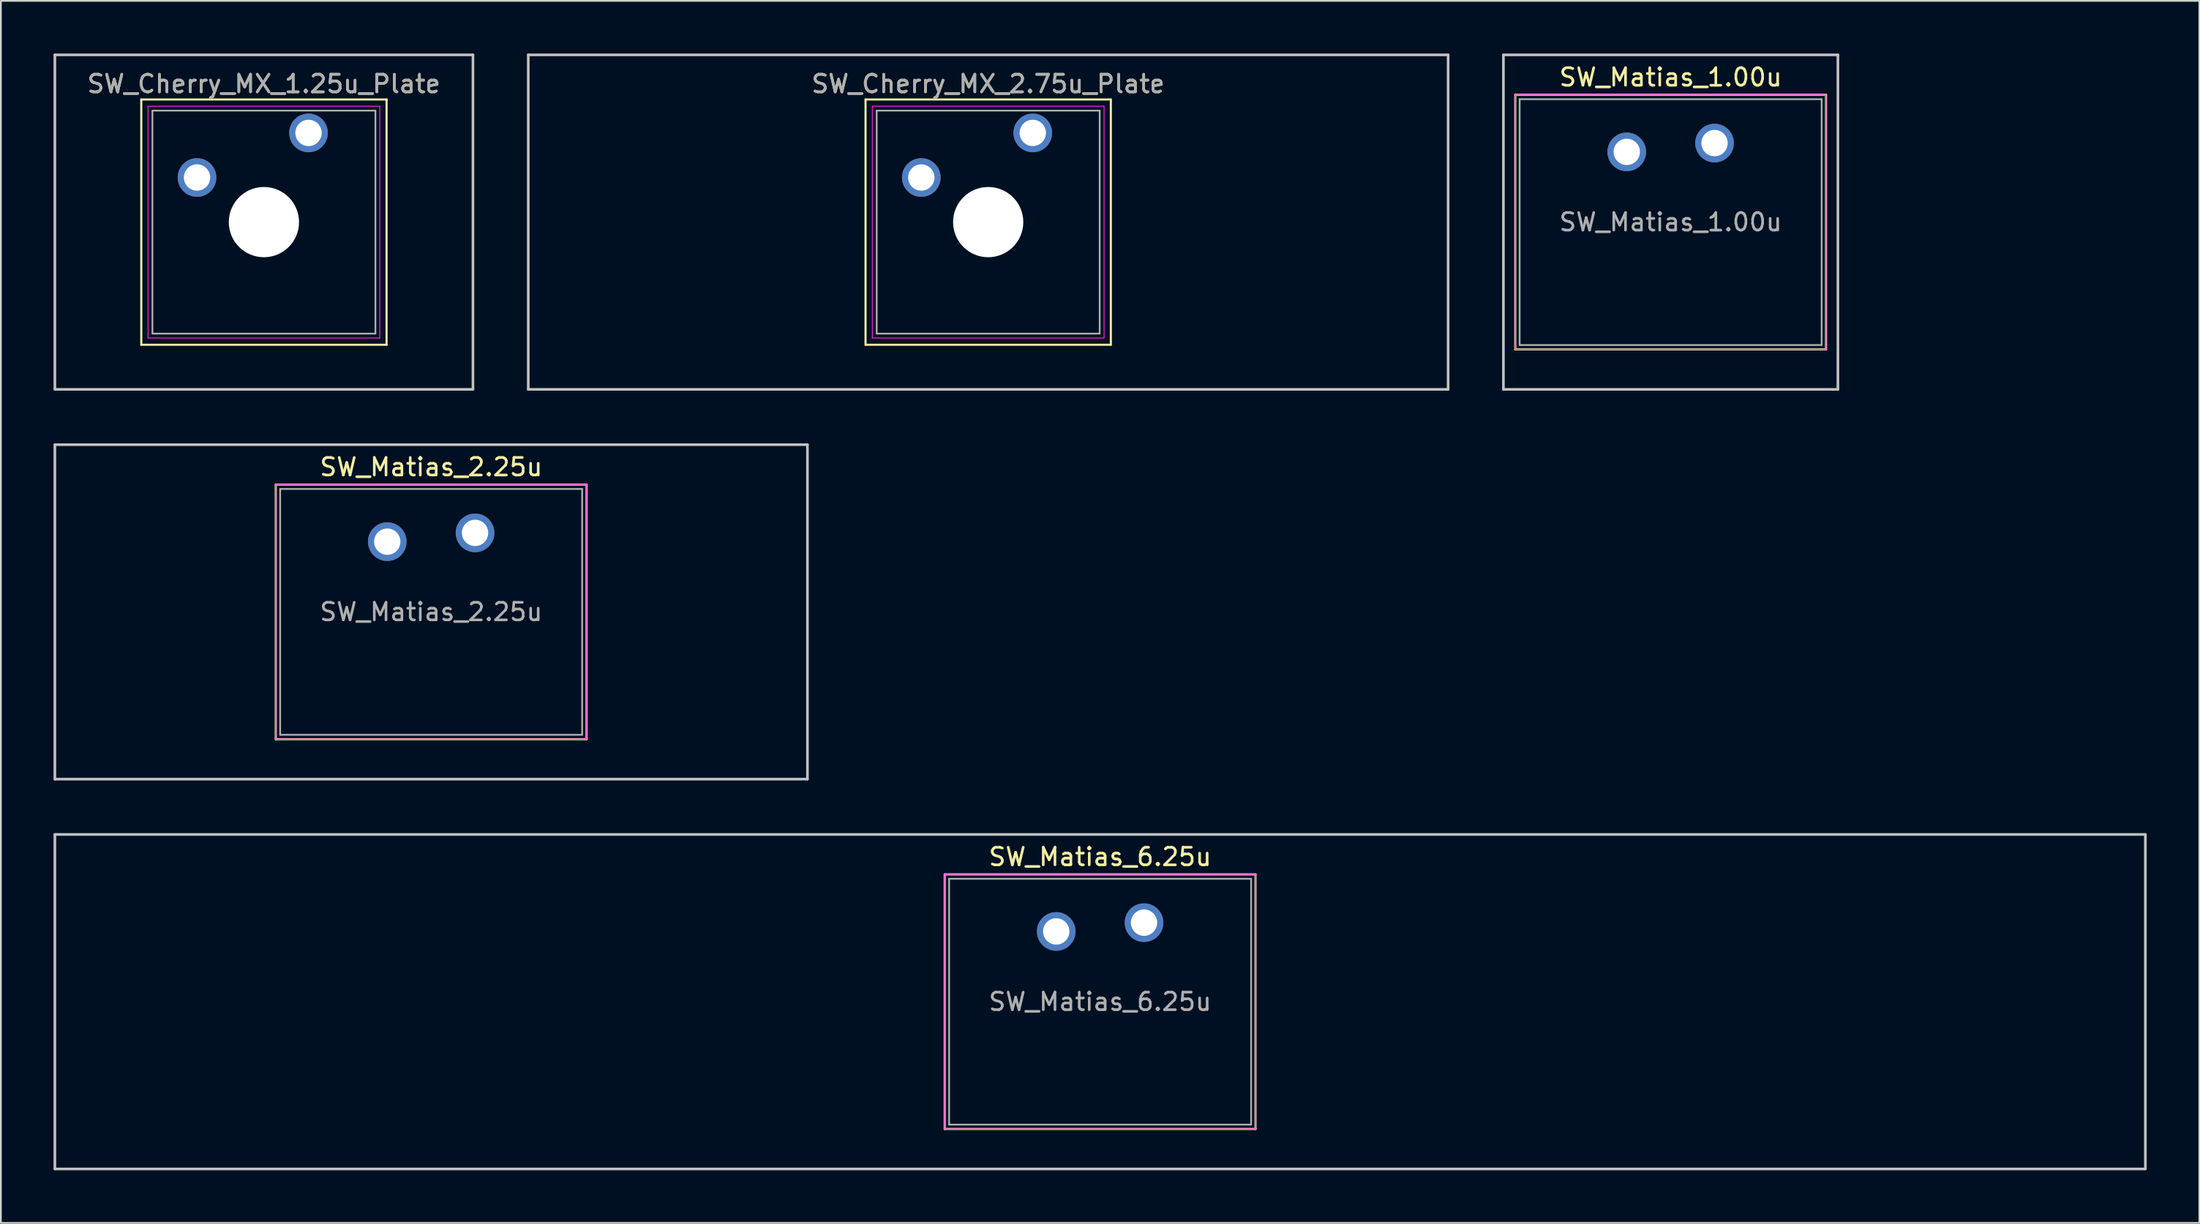
<source format=kicad_pcb>
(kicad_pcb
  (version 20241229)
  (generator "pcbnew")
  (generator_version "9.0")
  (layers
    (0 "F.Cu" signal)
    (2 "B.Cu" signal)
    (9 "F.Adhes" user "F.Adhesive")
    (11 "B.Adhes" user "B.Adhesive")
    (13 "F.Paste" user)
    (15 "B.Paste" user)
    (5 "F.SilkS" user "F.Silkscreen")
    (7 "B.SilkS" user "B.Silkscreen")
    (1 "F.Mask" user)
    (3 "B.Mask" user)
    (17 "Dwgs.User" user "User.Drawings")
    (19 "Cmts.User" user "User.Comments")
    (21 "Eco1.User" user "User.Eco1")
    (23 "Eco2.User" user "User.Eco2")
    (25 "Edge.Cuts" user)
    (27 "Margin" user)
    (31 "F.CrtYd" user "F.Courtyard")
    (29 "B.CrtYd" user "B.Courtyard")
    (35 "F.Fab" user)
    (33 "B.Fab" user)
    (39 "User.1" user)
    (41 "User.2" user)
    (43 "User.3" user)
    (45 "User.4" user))
  (footprint "SW_Cherry_MX_2.75u_Plate"
    (layer "F.Cu")
    (at 55.771 4.52)
    (property "Reference" "SW_Cherry_MX_2.75u_Plate" (at -2.54 -2.794 0) (layer "F.SilkS") (effects (font (size 1 1) (thickness 0.15))))
    (attr through_hole)
    (fp_line (start -9.525 -1.905) (end 4.445 -1.905) (stroke (width 0.12) (type solid)) (layer "F.SilkS"))
    (fp_line (start -9.525 12.065) (end -9.525 -1.905) (stroke (width 0.12) (type solid)) (layer "F.SilkS"))
    (fp_line (start 4.445 -1.905) (end 4.445 12.065) (stroke (width 0.12) (type solid)) (layer "F.SilkS"))
    (fp_line (start 4.445 12.065) (end -9.525 12.065) (stroke (width 0.12) (type solid)) (layer "F.SilkS"))
    (fp_line (start -28.734 -4.445) (end 23.654 -4.445) (stroke (width 0.15) (type solid)) (layer "Dwgs.User"))
    (fp_line (start -28.734 14.605) (end -28.734 -4.445) (stroke (width 0.15) (type solid)) (layer "Dwgs.User"))
    (fp_line (start 23.654 -4.445) (end 23.654 14.605) (stroke (width 0.15) (type solid)) (layer "Dwgs.User"))
    (fp_line (start 23.654 14.605) (end -28.734 14.605) (stroke (width 0.15) (type solid)) (layer "Dwgs.User"))
    (fp_line (start -9.14 -1.52) (end 4.06 -1.52) (stroke (width 0.05) (type solid)) (layer "F.CrtYd"))
    (fp_line (start -9.14 11.68) (end -9.14 -1.52) (stroke (width 0.05) (type solid)) (layer "F.CrtYd"))
    (fp_line (start 4.06 -1.52) (end 4.06 11.68) (stroke (width 0.05) (type solid)) (layer "F.CrtYd"))
    (fp_line (start 4.06 11.68) (end -9.14 11.68) (stroke (width 0.05) (type solid)) (layer "F.CrtYd"))
    (fp_line (start -8.89 -1.27) (end 3.81 -1.27) (stroke (width 0.1) (type solid)) (layer "F.Fab"))
    (fp_line (start -8.89 11.43) (end -8.89 -1.27) (stroke (width 0.1) (type solid)) (layer "F.Fab"))
    (fp_line (start 3.81 -1.27) (end 3.81 11.43) (stroke (width 0.1) (type solid)) (layer "F.Fab"))
    (fp_line (start 3.81 11.43) (end -8.89 11.43) (stroke (width 0.1) (type solid)) (layer "F.Fab"))
    (fp_text user "${REFERENCE}" (at -2.54 -2.794 0) (layer "F.Fab") (effects (font (size 1 1) (thickness 0.15))))
    (pad "" np_thru_hole circle (at -2.54 5.08) (size 4 4) (drill 4) (layers "*.Cu" "*.Mask"))
    (pad "1" thru_hole circle (at 0 0) (size 2.2 2.2) (drill 1.5) (layers "*.Cu" "*.Mask"))
    (pad "2" thru_hole circle (at -6.35 2.54) (size 2.2 2.2) (drill 1.5) (layers "*.Cu" "*.Mask")))
  (footprint "SW_Matias_2.25u"
    (layer "F.Cu")
    (at 24.006 27.3)
    (property "Reference" "SW_Matias_2.25u" (at -2.5 -3.75 0) (layer "F.SilkS") (effects (font (size 1 1) (thickness 0.15))))
    (attr through_hole)
    (fp_line (start -11.35 -2.75) (end 6.35 -2.75) (stroke (width 0.12) (type solid)) (layer "F.SilkS"))
    (fp_line (start -11.35 11.75) (end -11.35 -2.75) (stroke (width 0.12) (type solid)) (layer "F.SilkS"))
    (fp_line (start 6.35 -2.75) (end 6.35 11.75) (stroke (width 0.12) (type solid)) (layer "F.SilkS"))
    (fp_line (start 6.35 11.75) (end -11.35 11.75) (stroke (width 0.12) (type solid)) (layer "F.SilkS"))
    (fp_line (start -23.931 -5.025) (end 18.931 -5.025) (stroke (width 0.15) (type solid)) (layer "Dwgs.User"))
    (fp_line (start -23.931 14.025) (end -23.931 -5.025) (stroke (width 0.15) (type solid)) (layer "Dwgs.User"))
    (fp_line (start 18.931 -5.025) (end 18.931 14.025) (stroke (width 0.15) (type solid)) (layer "Dwgs.User"))
    (fp_line (start 18.931 14.025) (end -23.931 14.025) (stroke (width 0.15) (type solid)) (layer "Dwgs.User"))
    (fp_line (start -11.35 -2.75) (end -11.35 11.75) (stroke (width 0.05) (type solid)) (layer "F.CrtYd"))
    (fp_line (start -11.35 -2.75) (end 6.35 -2.75) (stroke (width 0.05) (type solid)) (layer "F.CrtYd"))
    (fp_line (start -11.35 11.75) (end 6.35 11.75) (stroke (width 0.05) (type solid)) (layer "F.CrtYd"))
    (fp_line (start 6.35 11.75) (end 6.35 -2.75) (stroke (width 0.05) (type solid)) (layer "F.CrtYd"))
    (fp_line (start -11.1 -2.5) (end 6.1 -2.5) (stroke (width 0.1) (type solid)) (layer "F.Fab"))
    (fp_line (start -11.1 11.5) (end -11.1 -2.5) (stroke (width 0.1) (type solid)) (layer "F.Fab"))
    (fp_line (start 6.1 -2.5) (end 6.1 11.5) (stroke (width 0.1) (type solid)) (layer "F.Fab"))
    (fp_line (start 6.1 11.5) (end -11.1 11.5) (stroke (width 0.1) (type solid)) (layer "F.Fab"))
    (fp_text user "${REFERENCE}" (at -2.5 4.5 0) (layer "F.Fab") (effects (font (size 1 1) (thickness 0.15))))
    (pad "1" thru_hole circle (at 0 0) (size 2.2 2.2) (drill 1.5) (layers "*.Cu" "*.Mask"))
    (pad "2" thru_hole circle (at -5 0.5) (size 2.2 2.2) (drill 1.5) (layers "*.Cu" "*.Mask")))
  (footprint "SW_Matias_1.00u"
    (layer "F.Cu")
    (at 94.6 5.1)
    (property "Reference" "SW_Matias_1.00u" (at -2.5 -3.75 0) (layer "F.SilkS") (effects (font (size 1 1) (thickness 0.15))))
    (attr through_hole)
    (fp_line (start -11.35 -2.75) (end 6.35 -2.75) (stroke (width 0.12) (type solid)) (layer "F.SilkS"))
    (fp_line (start -11.35 11.75) (end -11.35 -2.75) (stroke (width 0.12) (type solid)) (layer "F.SilkS"))
    (fp_line (start 6.35 -2.75) (end 6.35 11.75) (stroke (width 0.12) (type solid)) (layer "F.SilkS"))
    (fp_line (start 6.35 11.75) (end -11.35 11.75) (stroke (width 0.12) (type solid)) (layer "F.SilkS"))
    (fp_line (start -12.025 -5.025) (end 7.025 -5.025) (stroke (width 0.15) (type solid)) (layer "Dwgs.User"))
    (fp_line (start -12.025 14.025) (end -12.025 -5.025) (stroke (width 0.15) (type solid)) (layer "Dwgs.User"))
    (fp_line (start 7.025 -5.025) (end 7.025 14.025) (stroke (width 0.15) (type solid)) (layer "Dwgs.User"))
    (fp_line (start 7.025 14.025) (end -12.025 14.025) (stroke (width 0.15) (type solid)) (layer "Dwgs.User"))
    (fp_line (start -11.35 -2.75) (end -11.35 11.75) (stroke (width 0.05) (type solid)) (layer "F.CrtYd"))
    (fp_line (start -11.35 -2.75) (end 6.35 -2.75) (stroke (width 0.05) (type solid)) (layer "F.CrtYd"))
    (fp_line (start -11.35 11.75) (end 6.35 11.75) (stroke (width 0.05) (type solid)) (layer "F.CrtYd"))
    (fp_line (start 6.35 11.75) (end 6.35 -2.75) (stroke (width 0.05) (type solid)) (layer "F.CrtYd"))
    (fp_line (start -11.1 -2.5) (end 6.1 -2.5) (stroke (width 0.1) (type solid)) (layer "F.Fab"))
    (fp_line (start -11.1 11.5) (end -11.1 -2.5) (stroke (width 0.1) (type solid)) (layer "F.Fab"))
    (fp_line (start 6.1 -2.5) (end 6.1 11.5) (stroke (width 0.1) (type solid)) (layer "F.Fab"))
    (fp_line (start 6.1 11.5) (end -11.1 11.5) (stroke (width 0.1) (type solid)) (layer "F.Fab"))
    (fp_text user "${REFERENCE}" (at -2.5 4.5 0) (layer "F.Fab") (effects (font (size 1 1) (thickness 0.15))))
    (pad "1" thru_hole circle (at 0 0) (size 2.2 2.2) (drill 1.5) (layers "*.Cu" "*.Mask"))
    (pad "2" thru_hole circle (at -5 0.5) (size 2.2 2.2) (drill 1.5) (layers "*.Cu" "*.Mask")))
  (footprint "SW_Cherry_MX_1.25u_Plate"
    (layer "F.Cu")
    (at 14.521 4.52)
    (property "Reference" "SW_Cherry_MX_1.25u_Plate" (at -2.54 -2.794 0) (layer "F.SilkS") (effects (font (size 1 1) (thickness 0.15))))
    (attr through_hole)
    (fp_line (start -9.525 -1.905) (end 4.445 -1.905) (stroke (width 0.12) (type solid)) (layer "F.SilkS"))
    (fp_line (start -9.525 12.065) (end -9.525 -1.905) (stroke (width 0.12) (type solid)) (layer "F.SilkS"))
    (fp_line (start 4.445 -1.905) (end 4.445 12.065) (stroke (width 0.12) (type solid)) (layer "F.SilkS"))
    (fp_line (start 4.445 12.065) (end -9.525 12.065) (stroke (width 0.12) (type solid)) (layer "F.SilkS"))
    (fp_line (start -14.446 -4.445) (end 9.366 -4.445) (stroke (width 0.15) (type solid)) (layer "Dwgs.User"))
    (fp_line (start -14.446 14.605) (end -14.446 -4.445) (stroke (width 0.15) (type solid)) (layer "Dwgs.User"))
    (fp_line (start 9.366 -4.445) (end 9.366 14.605) (stroke (width 0.15) (type solid)) (layer "Dwgs.User"))
    (fp_line (start 9.366 14.605) (end -14.446 14.605) (stroke (width 0.15) (type solid)) (layer "Dwgs.User"))
    (fp_line (start -9.14 -1.52) (end 4.06 -1.52) (stroke (width 0.05) (type solid)) (layer "F.CrtYd"))
    (fp_line (start -9.14 11.68) (end -9.14 -1.52) (stroke (width 0.05) (type solid)) (layer "F.CrtYd"))
    (fp_line (start 4.06 -1.52) (end 4.06 11.68) (stroke (width 0.05) (type solid)) (layer "F.CrtYd"))
    (fp_line (start 4.06 11.68) (end -9.14 11.68) (stroke (width 0.05) (type solid)) (layer "F.CrtYd"))
    (fp_line (start -8.89 -1.27) (end 3.81 -1.27) (stroke (width 0.1) (type solid)) (layer "F.Fab"))
    (fp_line (start -8.89 11.43) (end -8.89 -1.27) (stroke (width 0.1) (type solid)) (layer "F.Fab"))
    (fp_line (start 3.81 -1.27) (end 3.81 11.43) (stroke (width 0.1) (type solid)) (layer "F.Fab"))
    (fp_line (start 3.81 11.43) (end -8.89 11.43) (stroke (width 0.1) (type solid)) (layer "F.Fab"))
    (fp_text user "${REFERENCE}" (at -2.54 -2.794 0) (layer "F.Fab") (effects (font (size 1 1) (thickness 0.15))))
    (pad "" np_thru_hole circle (at -2.54 5.08) (size 4 4) (drill 4) (layers "*.Cu" "*.Mask"))
    (pad "1" thru_hole circle (at 0 0) (size 2.2 2.2) (drill 1.5) (layers "*.Cu" "*.Mask"))
    (pad "2" thru_hole circle (at -6.35 2.54) (size 2.2 2.2) (drill 1.5) (layers "*.Cu" "*.Mask")))
  (footprint "SW_Matias_6.25u"
    (layer "F.Cu")
    (at 62.106 49.5)
    (property "Reference" "SW_Matias_6.25u" (at -2.5 -3.75 0) (layer "F.SilkS") (effects (font (size 1 1) (thickness 0.15))))
    (attr through_hole)
    (fp_line (start -11.35 -2.75) (end 6.35 -2.75) (stroke (width 0.12) (type solid)) (layer "F.SilkS"))
    (fp_line (start -11.35 11.75) (end -11.35 -2.75) (stroke (width 0.12) (type solid)) (layer "F.SilkS"))
    (fp_line (start 6.35 -2.75) (end 6.35 11.75) (stroke (width 0.12) (type solid)) (layer "F.SilkS"))
    (fp_line (start 6.35 11.75) (end -11.35 11.75) (stroke (width 0.12) (type solid)) (layer "F.SilkS"))
    (fp_line (start -62.031 -5.025) (end 57.031 -5.025) (stroke (width 0.15) (type solid)) (layer "Dwgs.User"))
    (fp_line (start -62.031 14.025) (end -62.031 -5.025) (stroke (width 0.15) (type solid)) (layer "Dwgs.User"))
    (fp_line (start 57.031 -5.025) (end 57.031 14.025) (stroke (width 0.15) (type solid)) (layer "Dwgs.User"))
    (fp_line (start 57.031 14.025) (end -62.031 14.025) (stroke (width 0.15) (type solid)) (layer "Dwgs.User"))
    (fp_line (start -11.35 -2.75) (end -11.35 11.75) (stroke (width 0.05) (type solid)) (layer "F.CrtYd"))
    (fp_line (start -11.35 -2.75) (end 6.35 -2.75) (stroke (width 0.05) (type solid)) (layer "F.CrtYd"))
    (fp_line (start -11.35 11.75) (end 6.35 11.75) (stroke (width 0.05) (type solid)) (layer "F.CrtYd"))
    (fp_line (start 6.35 11.75) (end 6.35 -2.75) (stroke (width 0.05) (type solid)) (layer "F.CrtYd"))
    (fp_line (start -11.1 -2.5) (end 6.1 -2.5) (stroke (width 0.1) (type solid)) (layer "F.Fab"))
    (fp_line (start -11.1 11.5) (end -11.1 -2.5) (stroke (width 0.1) (type solid)) (layer "F.Fab"))
    (fp_line (start 6.1 -2.5) (end 6.1 11.5) (stroke (width 0.1) (type solid)) (layer "F.Fab"))
    (fp_line (start 6.1 11.5) (end -11.1 11.5) (stroke (width 0.1) (type solid)) (layer "F.Fab"))
    (fp_text user "${REFERENCE}" (at -2.5 4.5 0) (layer "F.Fab") (effects (font (size 1 1) (thickness 0.15))))
    (pad "1" thru_hole circle (at 0 0) (size 2.2 2.2) (drill 1.5) (layers "*.Cu" "*.Mask"))
    (pad "2" thru_hole circle (at -5 0.5) (size 2.2 2.2) (drill 1.5) (layers "*.Cu" "*.Mask")))
  (gr_rect
    (start -3 -3)
    (end 122.213 66.6)
    (stroke (width 0.1) (type default))
    (fill no)
    (layer "Edge.Cuts")))
</source>
